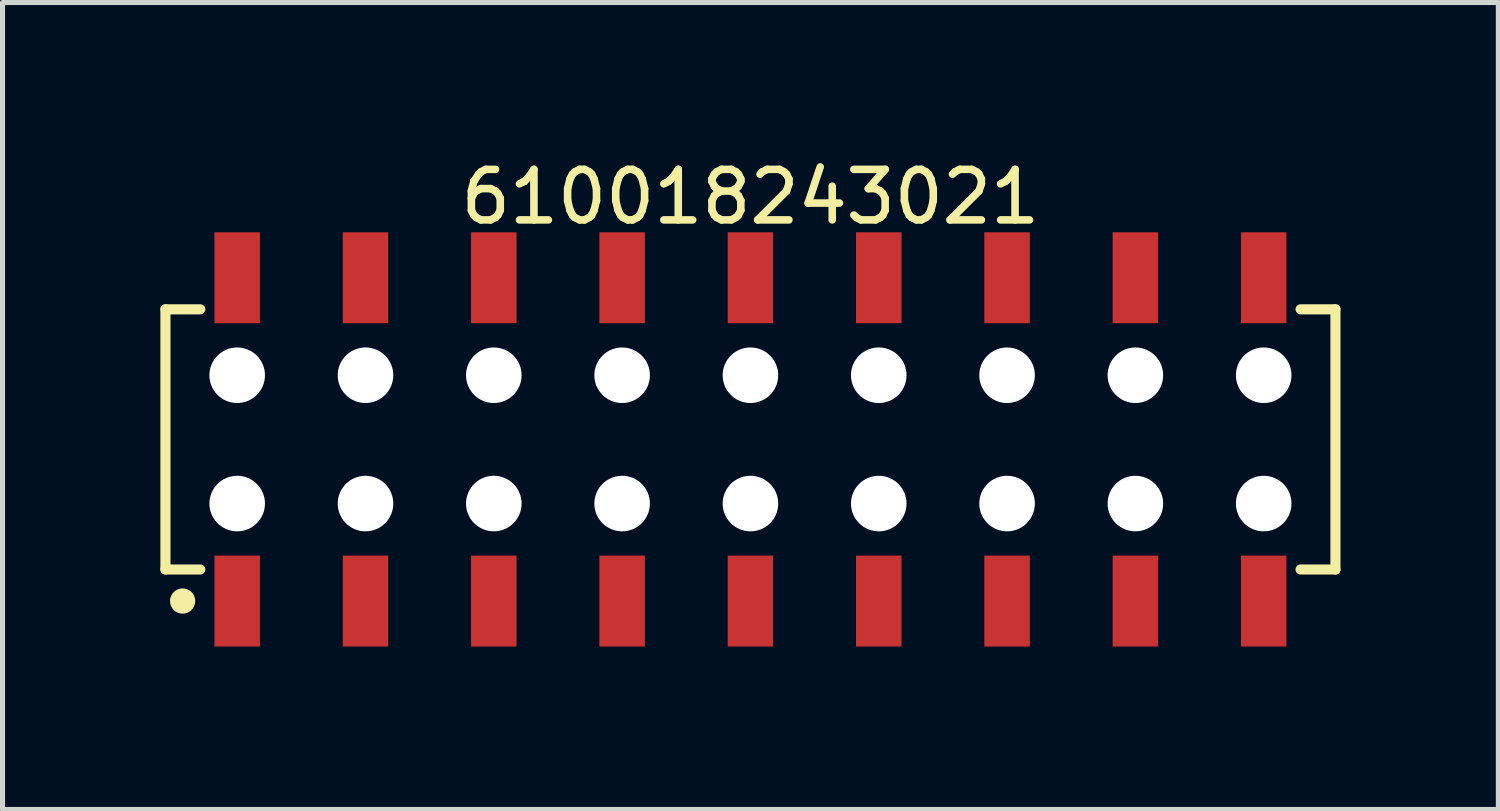
<source format=kicad_pcb>
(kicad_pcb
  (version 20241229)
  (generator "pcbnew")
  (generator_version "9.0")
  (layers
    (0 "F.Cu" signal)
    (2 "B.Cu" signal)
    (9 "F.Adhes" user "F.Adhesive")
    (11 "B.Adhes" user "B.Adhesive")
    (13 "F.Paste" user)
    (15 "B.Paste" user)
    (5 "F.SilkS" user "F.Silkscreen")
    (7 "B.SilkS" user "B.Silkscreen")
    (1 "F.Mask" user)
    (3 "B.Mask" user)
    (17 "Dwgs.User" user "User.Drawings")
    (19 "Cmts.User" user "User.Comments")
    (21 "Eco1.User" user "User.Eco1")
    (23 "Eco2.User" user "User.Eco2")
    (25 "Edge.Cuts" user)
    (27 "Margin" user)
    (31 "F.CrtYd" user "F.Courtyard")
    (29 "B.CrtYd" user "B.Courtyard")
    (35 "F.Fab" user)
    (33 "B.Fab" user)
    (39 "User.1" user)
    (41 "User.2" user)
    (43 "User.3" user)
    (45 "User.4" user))
  (footprint "610018243021"
    (layer "F.Cu")
    (at 11.805 5.648)
    (property "Reference" "610018243021" (at 0 -4.8 0) (layer "F.SilkS") (effects (font (size 1 1) (thickness 0.15))))
    (fp_line (start -11.58 -2.575) (end -10.89 -2.575) (stroke (width 0.2) (type solid)) (layer "F.SilkS"))
    (fp_line (start -11.58 2.575) (end -11.58 -2.575) (stroke (width 0.2) (type solid)) (layer "F.SilkS"))
    (fp_line (start -11.58 2.575) (end -10.89 2.575) (stroke (width 0.2) (type solid)) (layer "F.SilkS"))
    (fp_line (start 10.89 -2.575) (end 11.58 -2.575) (stroke (width 0.2) (type solid)) (layer "F.SilkS"))
    (fp_line (start 10.89 2.575) (end 11.58 2.575) (stroke (width 0.2) (type solid)) (layer "F.SilkS"))
    (fp_line (start 11.58 2.575) (end 11.58 -2.575) (stroke (width 0.2) (type solid)) (layer "F.SilkS"))
    (fp_circle (center -11.24 3.2) (end -11.24 3.075) (stroke (width 0.25) (type solid)) (fill no) (layer "F.SilkS"))
    (fp_line (start -11.78 -4.3) (end 11.78 -4.3) (stroke (width 0.05) (type solid)) (layer "Eco2.User"))
    (fp_line (start -11.78 4.3) (end -11.78 -4.3) (stroke (width 0.05) (type solid)) (layer "Eco2.User"))
    (fp_line (start -11.78 4.3) (end 11.78 4.3) (stroke (width 0.05) (type solid)) (layer "Eco2.User"))
    (fp_line (start -11.43 -2.5) (end 11.43 -2.5) (stroke (width 0.1) (type solid)) (layer "Eco2.User"))
    (fp_line (start -11.43 2.5) (end -11.43 -2.5) (stroke (width 0.1) (type solid)) (layer "Eco2.User"))
    (fp_line (start -11.43 2.5) (end 11.43 2.5) (stroke (width 0.1) (type solid)) (layer "Eco2.User"))
    (fp_line (start -10.41 -3.6) (end -9.91 -3.6) (stroke (width 0.1) (type solid)) (layer "Eco2.User"))
    (fp_line (start -10.41 -2.5) (end -10.41 -3.6) (stroke (width 0.1) (type solid)) (layer "Eco2.User"))
    (fp_line (start -10.41 3.6) (end -10.41 2.5) (stroke (width 0.1) (type solid)) (layer "Eco2.User"))
    (fp_line (start -10.41 3.6) (end -9.91 3.6) (stroke (width 0.1) (type solid)) (layer "Eco2.User"))
    (fp_line (start -9.91 -2.5) (end -9.91 -3.6) (stroke (width 0.1) (type solid)) (layer "Eco2.User"))
    (fp_line (start -9.91 3.6) (end -9.91 2.5) (stroke (width 0.1) (type solid)) (layer "Eco2.User"))
    (fp_line (start -7.87 -3.6) (end -7.37 -3.6) (stroke (width 0.1) (type solid)) (layer "Eco2.User"))
    (fp_line (start -7.87 -2.5) (end -7.87 -3.6) (stroke (width 0.1) (type solid)) (layer "Eco2.User"))
    (fp_line (start -7.87 3.6) (end -7.87 2.5) (stroke (width 0.1) (type solid)) (layer "Eco2.User"))
    (fp_line (start -7.87 3.6) (end -7.37 3.6) (stroke (width 0.1) (type solid)) (layer "Eco2.User"))
    (fp_line (start -7.37 -2.5) (end -7.37 -3.6) (stroke (width 0.1) (type solid)) (layer "Eco2.User"))
    (fp_line (start -7.37 3.6) (end -7.37 2.5) (stroke (width 0.1) (type solid)) (layer "Eco2.User"))
    (fp_line (start -5.33 -3.6) (end -4.83 -3.6) (stroke (width 0.1) (type solid)) (layer "Eco2.User"))
    (fp_line (start -5.33 -2.5) (end -5.33 -3.6) (stroke (width 0.1) (type solid)) (layer "Eco2.User"))
    (fp_line (start -5.33 3.6) (end -5.33 2.5) (stroke (width 0.1) (type solid)) (layer "Eco2.User"))
    (fp_line (start -5.33 3.6) (end -4.83 3.6) (stroke (width 0.1) (type solid)) (layer "Eco2.User"))
    (fp_line (start -4.83 -2.5) (end -4.83 -3.6) (stroke (width 0.1) (type solid)) (layer "Eco2.User"))
    (fp_line (start -4.83 3.6) (end -4.83 2.5) (stroke (width 0.1) (type solid)) (layer "Eco2.User"))
    (fp_line (start -2.79 -3.6) (end -2.29 -3.6) (stroke (width 0.1) (type solid)) (layer "Eco2.User"))
    (fp_line (start -2.79 -2.5) (end -2.79 -3.6) (stroke (width 0.1) (type solid)) (layer "Eco2.User"))
    (fp_line (start -2.79 3.6) (end -2.79 2.5) (stroke (width 0.1) (type solid)) (layer "Eco2.User"))
    (fp_line (start -2.79 3.6) (end -2.29 3.6) (stroke (width 0.1) (type solid)) (layer "Eco2.User"))
    (fp_line (start -2.29 -2.5) (end -2.29 -3.6) (stroke (width 0.1) (type solid)) (layer "Eco2.User"))
    (fp_line (start -2.29 3.6) (end -2.29 2.5) (stroke (width 0.1) (type solid)) (layer "Eco2.User"))
    (fp_line (start -0.5 0) (end 0.5 0) (stroke (width 0.05) (type solid)) (layer "Eco2.User"))
    (fp_line (start -0.25 -3.6) (end 0.25 -3.6) (stroke (width 0.1) (type solid)) (layer "Eco2.User"))
    (fp_line (start -0.25 -2.5) (end -0.25 -3.6) (stroke (width 0.1) (type solid)) (layer "Eco2.User"))
    (fp_line (start -0.25 3.6) (end -0.25 2.5) (stroke (width 0.1) (type solid)) (layer "Eco2.User"))
    (fp_line (start -0.25 3.6) (end 0.25 3.6) (stroke (width 0.1) (type solid)) (layer "Eco2.User"))
    (fp_line (start 0 0.5) (end 0 -0.5) (stroke (width 0.05) (type solid)) (layer "Eco2.User"))
    (fp_line (start 0.25 -2.5) (end 0.25 -3.6) (stroke (width 0.1) (type solid)) (layer "Eco2.User"))
    (fp_line (start 0.25 3.6) (end 0.25 2.5) (stroke (width 0.1) (type solid)) (layer "Eco2.User"))
    (fp_line (start 2.29 -3.6) (end 2.79 -3.6) (stroke (width 0.1) (type solid)) (layer "Eco2.User"))
    (fp_line (start 2.29 -2.5) (end 2.29 -3.6) (stroke (width 0.1) (type solid)) (layer "Eco2.User"))
    (fp_line (start 2.29 3.6) (end 2.29 2.5) (stroke (width 0.1) (type solid)) (layer "Eco2.User"))
    (fp_line (start 2.29 3.6) (end 2.79 3.6) (stroke (width 0.1) (type solid)) (layer "Eco2.User"))
    (fp_line (start 2.79 -2.5) (end 2.79 -3.6) (stroke (width 0.1) (type solid)) (layer "Eco2.User"))
    (fp_line (start 2.79 3.6) (end 2.79 2.5) (stroke (width 0.1) (type solid)) (layer "Eco2.User"))
    (fp_line (start 4.83 -3.6) (end 5.33 -3.6) (stroke (width 0.1) (type solid)) (layer "Eco2.User"))
    (fp_line (start 4.83 -2.5) (end 4.83 -3.6) (stroke (width 0.1) (type solid)) (layer "Eco2.User"))
    (fp_line (start 4.83 3.6) (end 4.83 2.5) (stroke (width 0.1) (type solid)) (layer "Eco2.User"))
    (fp_line (start 4.83 3.6) (end 5.33 3.6) (stroke (width 0.1) (type solid)) (layer "Eco2.User"))
    (fp_line (start 5.33 -2.5) (end 5.33 -3.6) (stroke (width 0.1) (type solid)) (layer "Eco2.User"))
    (fp_line (start 5.33 3.6) (end 5.33 2.5) (stroke (width 0.1) (type solid)) (layer "Eco2.User"))
    (fp_line (start 7.37 -3.6) (end 7.87 -3.6) (stroke (width 0.1) (type solid)) (layer "Eco2.User"))
    (fp_line (start 7.37 -2.5) (end 7.37 -3.6) (stroke (width 0.1) (type solid)) (layer "Eco2.User"))
    (fp_line (start 7.37 3.6) (end 7.37 2.5) (stroke (width 0.1) (type solid)) (layer "Eco2.User"))
    (fp_line (start 7.37 3.6) (end 7.87 3.6) (stroke (width 0.1) (type solid)) (layer "Eco2.User"))
    (fp_line (start 7.87 -2.5) (end 7.87 -3.6) (stroke (width 0.1) (type solid)) (layer "Eco2.User"))
    (fp_line (start 7.87 3.6) (end 7.87 2.5) (stroke (width 0.1) (type solid)) (layer "Eco2.User"))
    (fp_line (start 9.91 -3.6) (end 10.41 -3.6) (stroke (width 0.1) (type solid)) (layer "Eco2.User"))
    (fp_line (start 9.91 -2.5) (end 9.91 -3.6) (stroke (width 0.1) (type solid)) (layer "Eco2.User"))
    (fp_line (start 9.91 3.6) (end 9.91 2.5) (stroke (width 0.1) (type solid)) (layer "Eco2.User"))
    (fp_line (start 9.91 3.6) (end 10.41 3.6) (stroke (width 0.1) (type solid)) (layer "Eco2.User"))
    (fp_line (start 10.41 -2.5) (end 10.41 -3.6) (stroke (width 0.1) (type solid)) (layer "Eco2.User"))
    (fp_line (start 10.41 3.6) (end 10.41 2.5) (stroke (width 0.1) (type solid)) (layer "Eco2.User"))
    (fp_line (start 11.43 2.5) (end 11.43 -2.5) (stroke (width 0.1) (type solid)) (layer "Eco2.User"))
    (fp_line (start 11.78 4.3) (end 11.78 -4.3) (stroke (width 0.05) (type solid)) (layer "Eco2.User"))
    (fp_text user "${REFERENCE}" (at 0.15 -0.197 0) (unlocked yes) (layer "User.3") (effects (font (size 1.5 1.5) (thickness 0.15))))
    (pad "" np_thru_hole circle (at -10.16 -1.27) (size 1.1 1.1) (drill 1.1) (layers "*.Cu" "*.Mask"))
    (pad "" np_thru_hole circle (at -10.16 1.27) (size 1.1 1.1) (drill 1.1) (layers "*.Cu" "*.Mask"))
    (pad "" np_thru_hole circle (at -7.62 -1.27) (size 1.1 1.1) (drill 1.1) (layers "*.Cu" "*.Mask"))
    (pad "" np_thru_hole circle (at -7.62 1.27) (size 1.1 1.1) (drill 1.1) (layers "*.Cu" "*.Mask"))
    (pad "" np_thru_hole circle (at -5.08 -1.27) (size 1.1 1.1) (drill 1.1) (layers "*.Cu" "*.Mask"))
    (pad "" np_thru_hole circle (at -5.08 1.27) (size 1.1 1.1) (drill 1.1) (layers "*.Cu" "*.Mask"))
    (pad "" np_thru_hole circle (at -2.54 -1.27) (size 1.1 1.1) (drill 1.1) (layers "*.Cu" "*.Mask"))
    (pad "" np_thru_hole circle (at -2.54 1.27) (size 1.1 1.1) (drill 1.1) (layers "*.Cu" "*.Mask"))
    (pad "" np_thru_hole circle (at 0 -1.27) (size 1.1 1.1) (drill 1.1) (layers "*.Cu" "*.Mask"))
    (pad "" np_thru_hole circle (at 0 1.27) (size 1.1 1.1) (drill 1.1) (layers "*.Cu" "*.Mask"))
    (pad "" np_thru_hole circle (at 2.54 -1.27) (size 1.1 1.1) (drill 1.1) (layers "*.Cu" "*.Mask"))
    (pad "" np_thru_hole circle (at 2.54 1.27) (size 1.1 1.1) (drill 1.1) (layers "*.Cu" "*.Mask"))
    (pad "" np_thru_hole circle (at 5.08 -1.27) (size 1.1 1.1) (drill 1.1) (layers "*.Cu" "*.Mask"))
    (pad "" np_thru_hole circle (at 5.08 1.27) (size 1.1 1.1) (drill 1.1) (layers "*.Cu" "*.Mask"))
    (pad "" np_thru_hole circle (at 7.62 -1.27) (size 1.1 1.1) (drill 1.1) (layers "*.Cu" "*.Mask"))
    (pad "" np_thru_hole circle (at 7.62 1.27) (size 1.1 1.1) (drill 1.1) (layers "*.Cu" "*.Mask"))
    (pad "" np_thru_hole circle (at 10.16 -1.27) (size 1.1 1.1) (drill 1.1) (layers "*.Cu" "*.Mask"))
    (pad "" np_thru_hole circle (at 10.16 1.27) (size 1.1 1.1) (drill 1.1) (layers "*.Cu" "*.Mask"))
    (pad "1" smd rect (at -10.16 3.2) (size 0.9 1.8) (layers "F.Cu" "F.Mask" "F.Paste"))
    (pad "2" smd rect (at -10.16 -3.2) (size 0.9 1.8) (layers "F.Cu" "F.Mask" "F.Paste"))
    (pad "3" smd rect (at -7.62 3.2) (size 0.9 1.8) (layers "F.Cu" "F.Mask" "F.Paste"))
    (pad "4" smd rect (at -7.62 -3.2) (size 0.9 1.8) (layers "F.Cu" "F.Mask" "F.Paste"))
    (pad "5" smd rect (at -5.08 3.2) (size 0.9 1.8) (layers "F.Cu" "F.Mask" "F.Paste"))
    (pad "6" smd rect (at -5.08 -3.2) (size 0.9 1.8) (layers "F.Cu" "F.Mask" "F.Paste"))
    (pad "7" smd rect (at -2.54 3.2) (size 0.9 1.8) (layers "F.Cu" "F.Mask" "F.Paste"))
    (pad "8" smd rect (at -2.54 -3.2) (size 0.9 1.8) (layers "F.Cu" "F.Mask" "F.Paste"))
    (pad "9" smd rect (at 0 3.2) (size 0.9 1.8) (layers "F.Cu" "F.Mask" "F.Paste"))
    (pad "10" smd rect (at 0 -3.2) (size 0.9 1.8) (layers "F.Cu" "F.Mask" "F.Paste"))
    (pad "11" smd rect (at 2.54 3.2) (size 0.9 1.8) (layers "F.Cu" "F.Mask" "F.Paste"))
    (pad "12" smd rect (at 2.54 -3.2) (size 0.9 1.8) (layers "F.Cu" "F.Mask" "F.Paste"))
    (pad "13" smd rect (at 5.08 3.2) (size 0.9 1.8) (layers "F.Cu" "F.Mask" "F.Paste"))
    (pad "14" smd rect (at 5.08 -3.2) (size 0.9 1.8) (layers "F.Cu" "F.Mask" "F.Paste"))
    (pad "15" smd rect (at 7.62 3.2) (size 0.9 1.8) (layers "F.Cu" "F.Mask" "F.Paste"))
    (pad "16" smd rect (at 7.62 -3.2) (size 0.9 1.8) (layers "F.Cu" "F.Mask" "F.Paste"))
    (pad "17" smd rect (at 10.16 3.2) (size 0.9 1.8) (layers "F.Cu" "F.Mask" "F.Paste"))
    (pad "18" smd rect (at 10.16 -3.2) (size 0.9 1.8) (layers "F.Cu" "F.Mask" "F.Paste")))
  (gr_rect
    (start -3 -3)
    (end 26.61 12.973)
    (stroke (width 0.1) (type default))
    (fill no)
    (layer "Edge.Cuts")))
</source>
